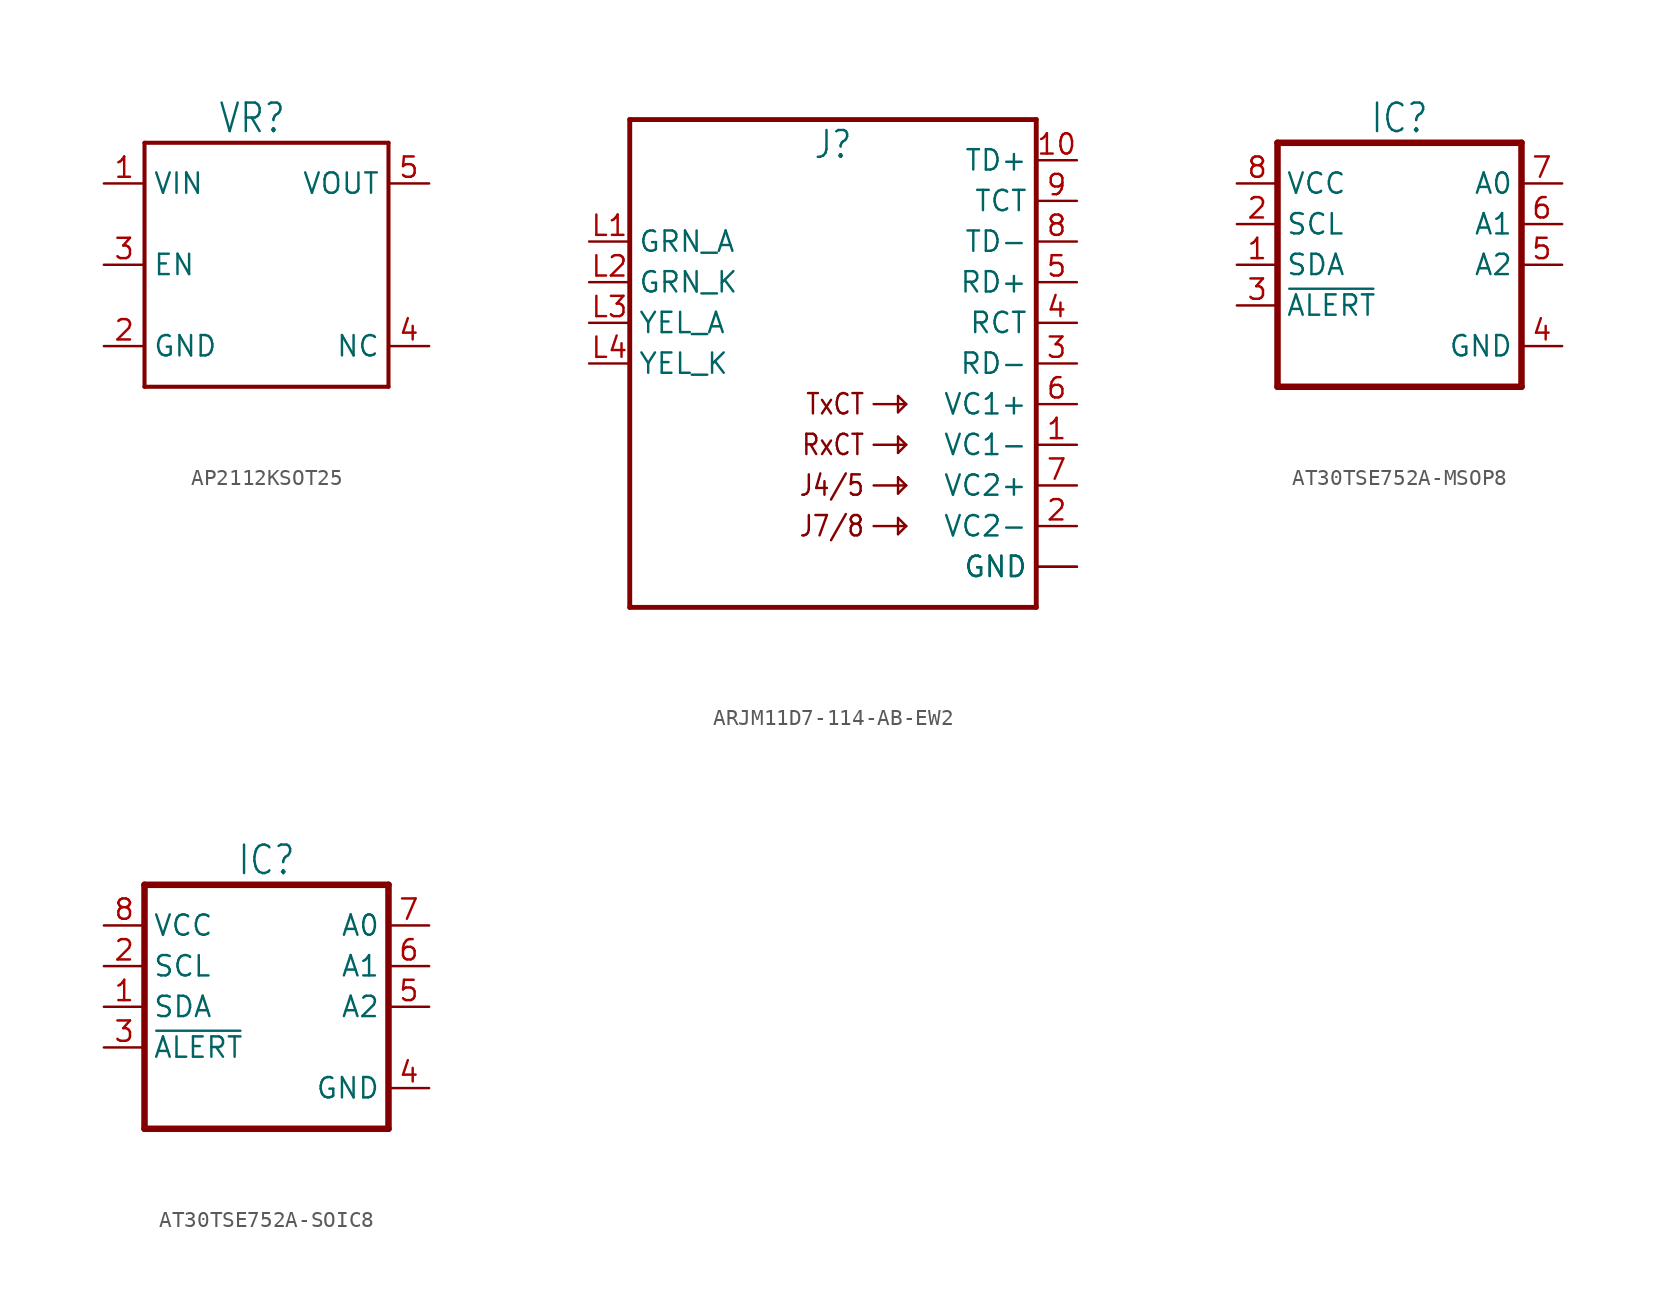
<source format=kicad_sym>
(kicad_symbol_lib
  (version 20220914)
  (generator kicad_symbol_editor)
  (symbol "AP2112KSOT25"
    (property "Reference" "VR"
      (at -3.048 8.128 0)
      (effects (font (size 1.778 1.511)) (justify left bottom)))
    (property "Value" ""
      (at 0 -10.16 0)
      (effects (font (size 1.778 1.511)) (justify bottom)))
    (property "ki_locked" ""
      (at 0 0 0)
      (effects (font (size 1.27 1.27))))
    (symbol "AP2112KSOT25_1_0"
      (polyline (pts (xy -7.62 -7.62) (xy 7.62 -7.62)) (stroke (width 0.254) (type solid)) (fill (type none)))
      (polyline (pts (xy -7.62 7.62) (xy -7.62 -7.62)) (stroke (width 0.254) (type solid)) (fill (type none)))
      (polyline (pts (xy 7.62 -7.62) (xy 7.62 7.62)) (stroke (width 0.254) (type solid)) (fill (type none)))
      (polyline (pts (xy 7.62 7.62) (xy -7.62 7.62)) (stroke (width 0.254) (type solid)) (fill (type none)))
      (pin bidirectional line (at -10.16 5.08 0) (length 2.54) (name "VIN" (effects (font (size 1.27 1.27)))) (number "1" (effects (font (size 1.27 1.27)))))
      (pin bidirectional line (at -10.16 -5.08 0) (length 2.54) (name "GND" (effects (font (size 1.27 1.27)))) (number "2" (effects (font (size 1.27 1.27)))))
      (pin bidirectional line (at -10.16 0 0) (length 2.54) (name "EN" (effects (font (size 1.27 1.27)))) (number "3" (effects (font (size 1.27 1.27)))))
      (pin bidirectional line (at 10.16 -5.08 180) (length 2.54) (name "NC" (effects (font (size 1.27 1.27)))) (number "4" (effects (font (size 1.27 1.27)))))
      (pin bidirectional line (at 10.16 5.08 180) (length 2.54) (name "VOUT" (effects (font (size 1.27 1.27)))) (number "5" (effects (font (size 1.27 1.27)))))))
  (symbol "ARJM11D7-114-AB-EW2"
    (property "Reference" "J"
      (at 0 12.7 0)
      (effects (font (size 1.676 1.425)) (justify bottom)))
    (property "Value" ""
      (at 0 -17.78 0)
      (effects (font (size 1.676 1.425)) (justify bottom)))
    (property "ki_locked" ""
      (at 0 0 0)
      (effects (font (size 1.27 1.27))))
    (symbol "ARJM11D7-114-AB-EW2_1_0"
      (polyline (pts (xy -12.7 15.24) (xy -12.7 -15.24)) (stroke (width 0.305) (type solid)) (fill (type none)))
      (polyline (pts (xy -12.7 15.24) (xy 12.7 15.24)) (stroke (width 0.305) (type solid)) (fill (type none)))
      (polyline (pts (xy 2.54 -10.16) (xy 4.572 -10.16)) (stroke (width 0.152) (type solid)) (fill (type none)))
      (polyline (pts (xy 2.54 -7.62) (xy 4.572 -7.62)) (stroke (width 0.152) (type solid)) (fill (type none)))
      (polyline (pts (xy 2.54 -5.08) (xy 4.572 -5.08)) (stroke (width 0.152) (type solid)) (fill (type none)))
      (polyline (pts (xy 2.54 -2.54) (xy 4.572 -2.54)) (stroke (width 0.152) (type solid)) (fill (type none)))
      (polyline (pts (xy 4.064 -10.668) (xy 4.572 -10.16)) (stroke (width 0.152) (type solid)) (fill (type none)))
      (polyline (pts (xy 4.064 -9.652) (xy 4.064 -10.668)) (stroke (width 0.152) (type solid)) (fill (type none)))
      (polyline (pts (xy 4.064 -8.128) (xy 4.572 -7.62)) (stroke (width 0.152) (type solid)) (fill (type none)))
      (polyline (pts (xy 4.064 -7.112) (xy 4.064 -8.128)) (stroke (width 0.152) (type solid)) (fill (type none)))
      (polyline (pts (xy 4.064 -5.588) (xy 4.572 -5.08)) (stroke (width 0.152) (type solid)) (fill (type none)))
      (polyline (pts (xy 4.064 -4.572) (xy 4.064 -5.588)) (stroke (width 0.152) (type solid)) (fill (type none)))
      (polyline (pts (xy 4.064 -3.048) (xy 4.572 -2.54)) (stroke (width 0.152) (type solid)) (fill (type none)))
      (polyline (pts (xy 4.064 -2.032) (xy 4.064 -3.048)) (stroke (width 0.152) (type solid)) (fill (type none)))
      (polyline (pts (xy 4.572 -10.16) (xy 4.064 -9.652)) (stroke (width 0.152) (type solid)) (fill (type none)))
      (polyline (pts (xy 4.572 -7.62) (xy 4.064 -7.112)) (stroke (width 0.152) (type solid)) (fill (type none)))
      (polyline (pts (xy 4.572 -5.08) (xy 4.064 -4.572)) (stroke (width 0.152) (type solid)) (fill (type none)))
      (polyline (pts (xy 4.572 -2.54) (xy 4.064 -2.032)) (stroke (width 0.152) (type solid)) (fill (type none)))
      (polyline (pts (xy 12.7 -15.24) (xy -12.7 -15.24)) (stroke (width 0.305) (type solid)) (fill (type none)))
      (polyline (pts (xy 12.7 -15.24) (xy 12.7 15.24)) (stroke (width 0.305) (type solid)) (fill (type none)))
      (text "J4/5" (at 2.032 -7.62 0) (effects (font (size 1.27 1.079)) (justify right)))
      (text "J7/8" (at 2.032 -10.16 0) (effects (font (size 1.27 1.079)) (justify right)))
      (text "RxCT" (at 2.032 -5.08 0) (effects (font (size 1.27 1.079)) (justify right)))
      (text "TxCT" (at 2.032 -2.54 0) (effects (font (size 1.27 1.079)) (justify right)))
      (pin bidirectional line (at 15.24 -5.08 180) (length 2.54) (name "VC1-" (effects (font (size 1.27 1.27)))) (number "1" (effects (font (size 1.27 1.27)))))
      (pin bidirectional line (at 15.24 12.7 180) (length 2.54) (name "TD+" (effects (font (size 1.27 1.27)))) (number "10" (effects (font (size 1.27 1.27)))))
      (pin bidirectional line (at 15.24 -10.16 180) (length 2.54) (name "VC2-" (effects (font (size 1.27 1.27)))) (number "2" (effects (font (size 1.27 1.27)))))
      (pin bidirectional line (at 15.24 0 180) (length 2.54) (name "RD-" (effects (font (size 1.27 1.27)))) (number "3" (effects (font (size 1.27 1.27)))))
      (pin bidirectional line (at 15.24 2.54 180) (length 2.54) (name "RCT" (effects (font (size 1.27 1.27)))) (number "4" (effects (font (size 1.27 1.27)))))
      (pin bidirectional line (at 15.24 5.08 180) (length 2.54) (name "RD+" (effects (font (size 1.27 1.27)))) (number "5" (effects (font (size 1.27 1.27)))))
      (pin bidirectional line (at 15.24 -2.54 180) (length 2.54) (name "VC1+" (effects (font (size 1.27 1.27)))) (number "6" (effects (font (size 1.27 1.27)))))
      (pin bidirectional line (at 15.24 -7.62 180) (length 2.54) (name "VC2+" (effects (font (size 1.27 1.27)))) (number "7" (effects (font (size 1.27 1.27)))))
      (pin bidirectional line (at 15.24 7.62 180) (length 2.54) (name "TD-" (effects (font (size 1.27 1.27)))) (number "8" (effects (font (size 1.27 1.27)))))
      (pin bidirectional line (at 15.24 10.16 180) (length 2.54) (name "TCT" (effects (font (size 1.27 1.27)))) (number "9" (effects (font (size 1.27 1.27)))))
      (pin bidirectional line (at -15.24 7.62 0) (length 2.54) (name "GRN_A" (effects (font (size 1.27 1.27)))) (number "L1" (effects (font (size 1.27 1.27)))))
      (pin bidirectional line (at -15.24 5.08 0) (length 2.54) (name "GRN_K" (effects (font (size 1.27 1.27)))) (number "L2" (effects (font (size 1.27 1.27)))))
      (pin bidirectional line (at -15.24 2.54 0) (length 2.54) (name "YEL_A" (effects (font (size 1.27 1.27)))) (number "L3" (effects (font (size 1.27 1.27)))))
      (pin bidirectional line (at -15.24 0 0) (length 2.54) (name "YEL_K" (effects (font (size 1.27 1.27)))) (number "L4" (effects (font (size 1.27 1.27)))))
      (pin bidirectional line (at 15.24 -12.7 180) (length 2.54) (name "GND" (effects (font (size 1.27 1.27)))) (number "MH1" (effects (font (size 0 0)))))
      (pin bidirectional line (at 15.24 -12.7 180) (length 2.54) (name "GND" (effects (font (size 1.27 1.27)))) (number "MH2" (effects (font (size 0 0)))))))
  (symbol "AT30TSE752A-MSOP8"
    (property "Reference" "IC"
      (at 0 8.128 0)
      (effects (font (size 1.778 1.511)) (justify bottom)))
    (property "Value" ""
      (at 0 -10.16 0)
      (effects (font (size 1.778 1.511)) (justify bottom)))
    (property "ki_locked" ""
      (at 0 0 0)
      (effects (font (size 1.27 1.27))))
    (symbol "AT30TSE752A-MSOP8_1_0"
      (polyline (pts (xy -7.62 -7.62) (xy 7.62 -7.62)) (stroke (width 0.406) (type solid)) (fill (type none)))
      (polyline (pts (xy -7.62 7.62) (xy -7.62 -7.62)) (stroke (width 0.406) (type solid)) (fill (type none)))
      (polyline (pts (xy 7.62 -7.62) (xy 7.62 7.62)) (stroke (width 0.406) (type solid)) (fill (type none)))
      (polyline (pts (xy 7.62 7.62) (xy -7.62 7.62)) (stroke (width 0.406) (type solid)) (fill (type none)))
      (pin bidirectional line (at -10.16 0 0) (length 2.54) (name "SDA" (effects (font (size 1.27 1.27)))) (number "1" (effects (font (size 1.27 1.27)))))
      (pin bidirectional line (at -10.16 2.54 0) (length 2.54) (name "SCL" (effects (font (size 1.27 1.27)))) (number "2" (effects (font (size 1.27 1.27)))))
      (pin bidirectional line (at -10.16 -2.54 0) (length 2.54) (name "~{ALERT}" (effects (font (size 1.27 1.27)))) (number "3" (effects (font (size 1.27 1.27)))))
      (pin bidirectional line (at 10.16 -5.08 180) (length 2.54) (name "GND" (effects (font (size 1.27 1.27)))) (number "4" (effects (font (size 1.27 1.27)))))
      (pin bidirectional line (at 10.16 0 180) (length 2.54) (name "A2" (effects (font (size 1.27 1.27)))) (number "5" (effects (font (size 1.27 1.27)))))
      (pin bidirectional line (at 10.16 2.54 180) (length 2.54) (name "A1" (effects (font (size 1.27 1.27)))) (number "6" (effects (font (size 1.27 1.27)))))
      (pin bidirectional line (at 10.16 5.08 180) (length 2.54) (name "A0" (effects (font (size 1.27 1.27)))) (number "7" (effects (font (size 1.27 1.27)))))
      (pin bidirectional line (at -10.16 5.08 0) (length 2.54) (name "VCC" (effects (font (size 1.27 1.27)))) (number "8" (effects (font (size 1.27 1.27)))))))
  (symbol "AT30TSE752A-SOIC8"
    (property "Reference" "IC"
      (at 0 8.128 0)
      (effects (font (size 1.778 1.511)) (justify bottom)))
    (property "Value" ""
      (at 0 -10.16 0)
      (effects (font (size 1.778 1.511)) (justify bottom)))
    (property "ki_locked" ""
      (at 0 0 0)
      (effects (font (size 1.27 1.27))))
    (symbol "AT30TSE752A-SOIC8_1_0"
      (polyline (pts (xy -7.62 -7.62) (xy 7.62 -7.62)) (stroke (width 0.406) (type solid)) (fill (type none)))
      (polyline (pts (xy -7.62 7.62) (xy -7.62 -7.62)) (stroke (width 0.406) (type solid)) (fill (type none)))
      (polyline (pts (xy 7.62 -7.62) (xy 7.62 7.62)) (stroke (width 0.406) (type solid)) (fill (type none)))
      (polyline (pts (xy 7.62 7.62) (xy -7.62 7.62)) (stroke (width 0.406) (type solid)) (fill (type none)))
      (pin bidirectional line (at -10.16 0 0) (length 2.54) (name "SDA" (effects (font (size 1.27 1.27)))) (number "1" (effects (font (size 1.27 1.27)))))
      (pin bidirectional line (at -10.16 2.54 0) (length 2.54) (name "SCL" (effects (font (size 1.27 1.27)))) (number "2" (effects (font (size 1.27 1.27)))))
      (pin bidirectional line (at -10.16 -2.54 0) (length 2.54) (name "~{ALERT}" (effects (font (size 1.27 1.27)))) (number "3" (effects (font (size 1.27 1.27)))))
      (pin bidirectional line (at 10.16 -5.08 180) (length 2.54) (name "GND" (effects (font (size 1.27 1.27)))) (number "4" (effects (font (size 1.27 1.27)))))
      (pin bidirectional line (at 10.16 0 180) (length 2.54) (name "A2" (effects (font (size 1.27 1.27)))) (number "5" (effects (font (size 1.27 1.27)))))
      (pin bidirectional line (at 10.16 2.54 180) (length 2.54) (name "A1" (effects (font (size 1.27 1.27)))) (number "6" (effects (font (size 1.27 1.27)))))
      (pin bidirectional line (at 10.16 5.08 180) (length 2.54) (name "A0" (effects (font (size 1.27 1.27)))) (number "7" (effects (font (size 1.27 1.27)))))
      (pin bidirectional line (at -10.16 5.08 0) (length 2.54) (name "VCC" (effects (font (size 1.27 1.27)))) (number "8" (effects (font (size 1.27 1.27))))))))
</source>
